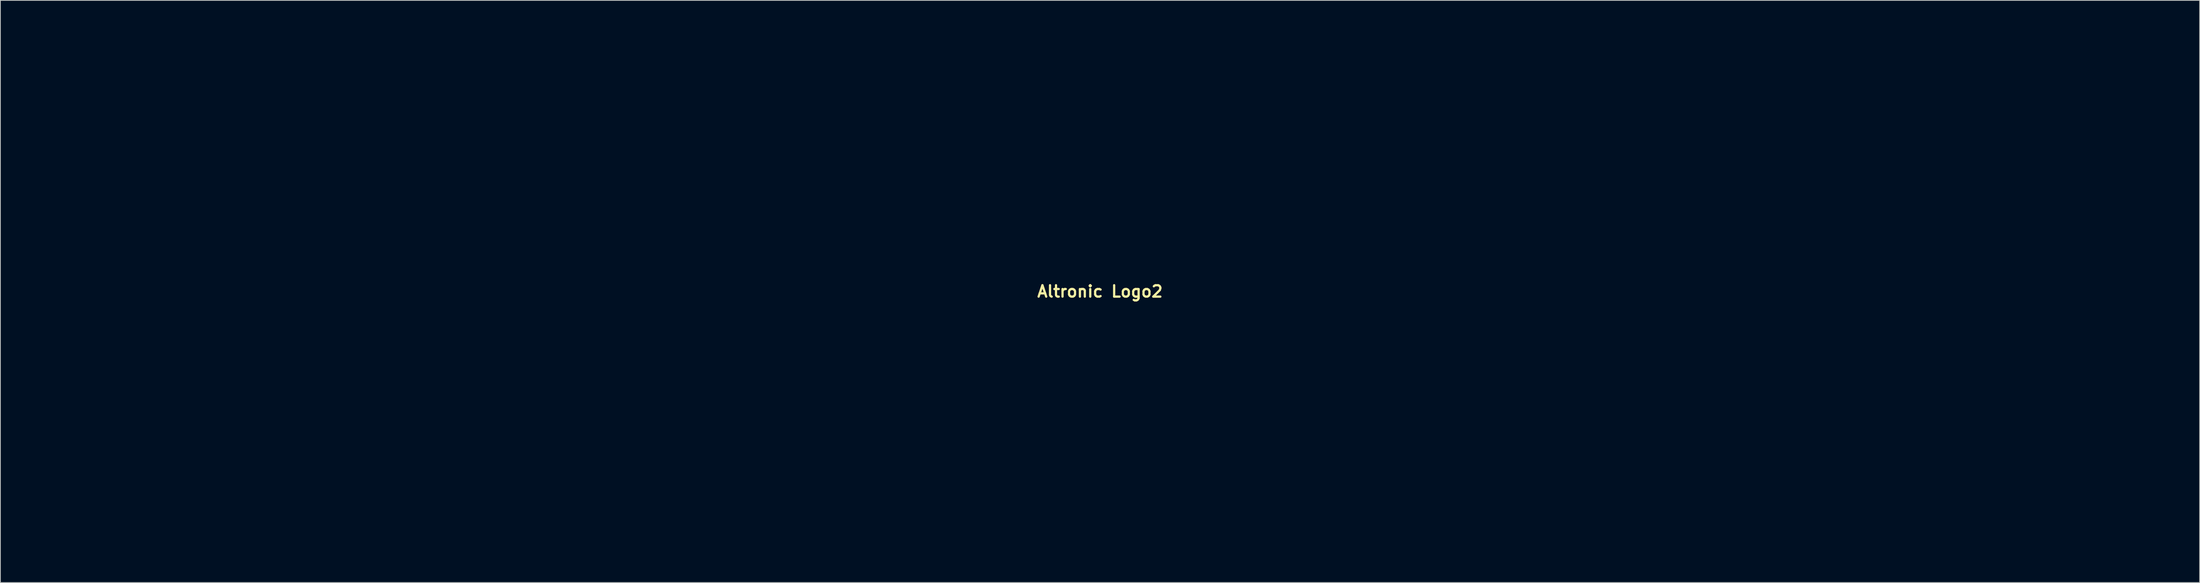
<source format=kicad_pcb>
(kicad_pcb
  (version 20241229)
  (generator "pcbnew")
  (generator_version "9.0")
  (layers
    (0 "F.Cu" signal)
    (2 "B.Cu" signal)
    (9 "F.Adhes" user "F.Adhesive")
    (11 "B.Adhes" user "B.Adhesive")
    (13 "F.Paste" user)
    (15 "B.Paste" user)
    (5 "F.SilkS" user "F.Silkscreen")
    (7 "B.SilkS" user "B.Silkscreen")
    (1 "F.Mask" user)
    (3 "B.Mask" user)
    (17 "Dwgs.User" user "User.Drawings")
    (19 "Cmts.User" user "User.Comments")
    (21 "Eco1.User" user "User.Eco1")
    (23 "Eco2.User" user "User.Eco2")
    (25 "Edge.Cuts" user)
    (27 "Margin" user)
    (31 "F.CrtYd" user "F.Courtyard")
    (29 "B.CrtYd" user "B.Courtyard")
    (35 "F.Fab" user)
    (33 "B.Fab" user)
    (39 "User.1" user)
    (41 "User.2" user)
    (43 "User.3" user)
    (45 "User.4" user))
  (footprint "Altronic Logo2"
    (layer "F.Cu")
    (at 143.854 35.904)
    (property "Reference" "Altronic Logo2" (at 0 0 0) (layer "F.SilkS") (effects (font (size 1.524 1.524) (thickness 0.3))))
    (attr through_hole)
    (fp_poly (pts (xy -113.57 10.441) (xy -113.54 10.465) (xy -113.538 10.478) (xy -113.555 10.574) (xy -113.603 10.818) (xy -113.679 11.194) (xy -113.78 11.685) (xy -113.901 12.273) (xy -114.039 12.942) (xy -114.191 13.675) (xy -114.352 14.454) (xy -114.521 15.262) (xy -114.692 16.084) (xy -114.863 16.9) (xy -115.029 17.695) (xy -115.188 18.452) (xy -115.336 19.152) (xy -115.469 19.781) (xy -115.583 20.319) (xy -115.675 20.751) (xy -115.742 21.06) (xy -115.78 21.227) (xy -115.787 21.251) (xy -115.813 21.306) (xy -115.868 21.371) (xy -115.969 21.459) (xy -116.131 21.584) (xy -116.371 21.756) (xy -116.707 21.989) (xy -117.155 22.294) (xy -117.56 22.569) (xy -118.903 23.44) (xy -120.223 24.217) (xy -121.508 24.897) (xy -122.747 25.475) (xy -123.931 25.947) (xy -125.049 26.309) (xy -126.09 26.557) (xy -127.044 26.686) (xy -127.9 26.694) (xy -128.143 26.671) (xy -128.95 26.522) (xy -129.641 26.276) (xy -130.249 25.92) (xy -130.698 25.548) (xy -131.19 24.967) (xy -131.555 24.283) (xy -131.789 23.504) (xy -131.892 22.639) (xy -131.862 21.698) (xy -131.698 20.688) (xy -131.625 20.384) (xy -131.355 19.483) (xy -131.029 18.686) (xy -130.622 17.955) (xy -130.111 17.247) (xy -129.474 16.525) (xy -129.286 16.331) (xy -128.628 15.709) (xy -127.916 15.131) (xy -127.141 14.592) (xy -126.291 14.088) (xy -125.355 13.614) (xy -124.322 13.166) (xy -123.182 12.739) (xy -121.923 12.33) (xy -120.536 11.932) (xy -119.008 11.543) (xy -117.329 11.157) (xy -116.078 10.89) (xy -115.357 10.742) (xy -114.784 10.626) (xy -114.344 10.54) (xy -114.019 10.481) (xy -113.793 10.447) (xy -113.649 10.435) (xy -113.57 10.441)) (stroke (width 0.01) (type solid)) (fill no) (layer "Eco2.User"))
    (fp_poly (pts (xy 11.853 -7.165) (xy 12.649 -7.095) (xy 13.326 -6.98) (xy 13.93 -6.81) (xy 14.509 -6.573) (xy 14.625 -6.517) (xy 15.404 -6.048) (xy 16.072 -5.462) (xy 16.634 -4.752) (xy 17.092 -3.916) (xy 17.45 -2.947) (xy 17.668 -2.064) (xy 17.734 -1.611) (xy 17.781 -1.026) (xy 17.81 -0.344) (xy 17.82 0.399) (xy 17.812 1.168) (xy 17.786 1.925) (xy 17.741 2.637) (xy 17.678 3.266) (xy 17.662 3.387) (xy 17.403 5.026) (xy 17.078 6.706) (xy 16.693 8.406) (xy 16.256 10.1) (xy 15.774 11.766) (xy 15.254 13.381) (xy 14.702 14.921) (xy 14.128 16.362) (xy 13.536 17.682) (xy 12.935 18.858) (xy 12.905 18.913) (xy 12.056 20.329) (xy 11.171 21.583) (xy 10.248 22.676) (xy 9.281 23.613) (xy 8.266 24.396) (xy 7.201 25.029) (xy 6.081 25.515) (xy 4.902 25.856) (xy 4.417 25.953) (xy 3.933 26.014) (xy 3.35 26.051) (xy 2.718 26.066) (xy 2.088 26.057) (xy 1.51 26.025) (xy 1.036 25.969) (xy 0.931 25.95) (xy 0.104 25.74) (xy -0.6 25.463) (xy -1.22 25.097) (xy -1.794 24.624) (xy -1.947 24.474) (xy -2.433 23.923) (xy -2.83 23.33) (xy -3.155 22.661) (xy -3.423 21.886) (xy -3.62 21.111) (xy -3.68 20.731) (xy -3.725 20.215) (xy -3.756 19.594) (xy -3.772 18.902) (xy -3.774 18.17) (xy -3.762 17.43) (xy -3.735 16.714) (xy -3.694 16.056) (xy -3.639 15.486) (xy -3.612 15.282) (xy -3.316 13.512) (xy -2.95 11.711) (xy -2.522 9.904) (xy -2.038 8.116) (xy -1.507 6.373) (xy -0.937 4.7) (xy -0.334 3.123) (xy 0.293 1.665) (xy 0.889 0.444) (xy 1.728 -1.033) (xy 2.62 -2.353) (xy 3.566 -3.516) (xy 4.562 -4.519) (xy 5.61 -5.364) (xy 6.707 -6.049) (xy 7.852 -6.574) (xy 9.046 -6.937) (xy 10.285 -7.139) (xy 11.571 -7.178) (xy 11.853 -7.165)) (stroke (width 0.01) (type solid)) (fill no) (layer "Eco2.User"))
    (fp_poly (pts (xy -110.492 -35.899) (xy -107.863 -35.898) (xy -105.394 -35.898) (xy -103.081 -35.897) (xy -100.92 -35.896) (xy -98.906 -35.895) (xy -97.035 -35.893) (xy -95.302 -35.891) (xy -93.704 -35.889) (xy -92.235 -35.886) (xy -90.891 -35.883) (xy -89.669 -35.88) (xy -88.563 -35.876) (xy -87.568 -35.872) (xy -86.682 -35.868) (xy -85.899 -35.863) (xy -85.214 -35.858) (xy -84.624 -35.852) (xy -84.124 -35.846) (xy -83.709 -35.839) (xy -83.376 -35.832) (xy -83.12 -35.824) (xy -82.935 -35.815) (xy -82.819 -35.807) (xy -82.767 -35.797) (xy -82.762 -35.793) (xy -82.782 -35.704) (xy -82.835 -35.454) (xy -82.921 -35.049) (xy -83.038 -34.495) (xy -83.185 -33.797) (xy -83.36 -32.96) (xy -83.564 -31.99) (xy -83.794 -30.892) (xy -84.05 -29.672) (xy -84.331 -28.335) (xy -84.634 -26.886) (xy -84.96 -25.331) (xy -85.307 -23.675) (xy -85.673 -21.924) (xy -86.058 -20.083) (xy -86.461 -18.157) (xy -86.881 -16.153) (xy -87.316 -14.074) (xy -87.764 -11.928) (xy -88.226 -9.718) (xy -88.7 -7.451) (xy -89.185 -5.133) (xy -89.68 -2.767) (xy -90.125 -0.635) (xy -90.627 1.768) (xy -91.121 4.13) (xy -91.605 6.444) (xy -92.078 8.707) (xy -92.538 10.912) (xy -92.986 13.053) (xy -93.419 15.126) (xy -93.837 17.125) (xy -94.239 19.045) (xy -94.622 20.879) (xy -94.987 22.624) (xy -95.332 24.272) (xy -95.655 25.82) (xy -95.956 27.261) (xy -96.234 28.589) (xy -96.488 29.8) (xy -96.715 30.889) (xy -96.916 31.849) (xy -97.089 32.675) (xy -97.233 33.362) (xy -97.347 33.904) (xy -97.429 34.296) (xy -97.479 34.533) (xy -97.495 34.608) (xy -97.54 34.799) (xy -91.806 34.777) (xy -86.072 34.756) (xy -84.599 27.718) (xy -72.121 27.718) (xy -72.115 28.389) (xy -72.086 28.971) (xy -72.057 29.248) (xy -71.845 30.341) (xy -71.512 31.322) (xy -71.052 32.203) (xy -70.46 32.996) (xy -70.154 33.324) (xy -69.481 33.925) (xy -68.772 34.409) (xy -67.976 34.806) (xy -67.448 35.012) (xy -66.587 35.281) (xy -65.666 35.491) (xy -64.671 35.642) (xy -63.587 35.735) (xy -62.399 35.772) (xy -61.09 35.753) (xy -59.647 35.68) (xy -58.547 35.597) (xy -58.097 35.556) (xy -57.562 35.504) (xy -56.968 35.444) (xy -56.343 35.378) (xy -55.711 35.309) (xy -55.1 35.24) (xy -54.536 35.175) (xy -54.045 35.116) (xy -53.654 35.066) (xy -53.388 35.028) (xy -53.298 35.012) (xy -53.258 34.99) (xy -53.217 34.936) (xy -53.172 34.836) (xy -53.16 34.798) (xy -46.295 34.798) (xy -34.834 34.798) (xy -31.592 19.283) (xy -31.184 17.33) (xy -30.808 15.537) (xy -30.464 13.897) (xy -30.15 12.405) (xy -29.865 11.053) (xy -29.607 9.835) (xy -29.376 8.746) (xy -29.169 7.778) (xy -28.985 6.927) (xy -28.823 6.184) (xy -28.681 5.545) (xy -28.559 5.003) (xy -28.455 4.551) (xy -28.367 4.183) (xy -28.294 3.894) (xy -28.235 3.676) (xy -28.189 3.524) (xy -28.153 3.43) (xy -28.143 3.41) (xy -27.828 2.937) (xy -27.387 2.381) (xy -26.831 1.755) (xy -26.173 1.074) (xy -25.897 0.802) (xy -24.682 -0.306) (xy -23.439 -1.298) (xy -22.179 -2.168) (xy -20.918 -2.906) (xy -19.669 -3.505) (xy -18.444 -3.957) (xy -17.526 -4.199) (xy -17.172 -4.264) (xy -16.793 -4.309) (xy -16.349 -4.335) (xy -15.802 -4.346) (xy -15.346 -4.345) (xy -14.87 -4.345) (xy -14.459 -4.349) (xy -14.14 -4.356) (xy -13.941 -4.367) (xy -13.885 -4.378) (xy -13.868 -4.465) (xy -13.819 -4.705) (xy -13.741 -5.085) (xy -13.636 -5.593) (xy -13.507 -6.215) (xy -13.356 -6.938) (xy -13.187 -7.749) (xy -13.002 -8.637) (xy -12.804 -9.587) (xy -12.595 -10.587) (xy -12.573 -10.69) (xy -12.363 -11.695) (xy -12.163 -12.653) (xy -11.976 -13.55) (xy -11.805 -14.374) (xy -11.653 -15.11) (xy -11.521 -15.748) (xy -11.414 -16.272) (xy -11.333 -16.671) (xy -11.281 -16.931) (xy -11.261 -17.04) (xy -11.261 -17.042) (xy -11.341 -17.076) (xy -11.567 -17.086) (xy -11.917 -17.071) (xy -12.002 -17.065) (xy -13.651 -16.871) (xy -15.218 -16.551) (xy -16.712 -16.1) (xy -18.139 -15.513) (xy -19.506 -14.785) (xy -20.821 -13.913) (xy -22.092 -12.892) (xy -23.325 -11.717) (xy -24.528 -10.384) (xy -25.708 -8.888) (xy -26.082 -8.374) (xy -26.404 -7.929) (xy -26.643 -7.618) (xy -26.804 -7.431) (xy -26.895 -7.36) (xy -26.924 -7.397) (xy -26.924 -7.398) (xy -26.907 -7.487) (xy -26.859 -7.727) (xy -26.782 -8.1) (xy -26.681 -8.592) (xy -26.557 -9.188) (xy -26.415 -9.87) (xy -26.258 -10.623) (xy -26.089 -11.433) (xy -26.035 -11.692) (xy -25.863 -12.516) (xy -25.702 -13.291) (xy -25.555 -14) (xy -25.425 -14.627) (xy -25.316 -15.156) (xy -25.232 -15.573) (xy -25.174 -15.86) (xy -25.148 -16.001) (xy -25.146 -16.013) (xy -25.228 -16.026) (xy -25.466 -16.039) (xy -25.844 -16.05) (xy -26.348 -16.06) (xy -26.965 -16.069) (xy -27.68 -16.076) (xy -28.478 -16.082) (xy -29.346 -16.085) (xy -30.268 -16.087) (xy -30.394 -16.087) (xy -35.641 -16.087) (xy -35.687 -15.896) (xy -35.708 -15.799) (xy -35.762 -15.542) (xy -35.848 -15.132) (xy -35.964 -14.577) (xy -36.11 -13.881) (xy -36.284 -13.053) (xy -36.484 -12.098) (xy -36.709 -11.022) (xy -36.958 -9.833) (xy -37.229 -8.538) (xy -37.521 -7.141) (xy -37.833 -5.65) (xy -38.163 -4.072) (xy -38.51 -2.413) (xy -38.872 -0.68) (xy -39.249 1.122) (xy -39.638 2.985) (xy -40.039 4.903) (xy -40.45 6.869) (xy -40.855 8.805) (xy -41.276 10.819) (xy -41.689 12.794) (xy -42.092 14.723) (xy -42.484 16.601) (xy -42.864 18.419) (xy -43.231 20.172) (xy -43.582 21.852) (xy -43.917 23.454) (xy -44.234 24.97) (xy -44.532 26.393) (xy -44.809 27.717) (xy -45.063 28.935) (xy -45.295 30.04) (xy -45.501 31.027) (xy -45.681 31.887) (xy -45.833 32.614) (xy -45.957 33.202) (xy -46.049 33.644) (xy -46.11 33.933) (xy -46.136 34.057) (xy -46.295 34.798) (xy -53.16 34.798) (xy -53.12 34.678) (xy -53.057 34.448) (xy -52.981 34.134) (xy -52.889 33.722) (xy -52.777 33.201) (xy -52.642 32.557) (xy -52.482 31.777) (xy -52.293 30.848) (xy -52.215 30.462) (xy -52.043 29.61) (xy -51.882 28.806) (xy -51.734 28.066) (xy -51.603 27.406) (xy -51.492 26.842) (xy -51.404 26.387) (xy -51.342 26.06) (xy -51.31 25.874) (xy -51.305 25.838) (xy -51.372 25.761) (xy -51.541 25.77) (xy -51.75 25.796) (xy -52.1 25.823) (xy -52.563 25.851) (xy -53.113 25.878) (xy -53.719 25.903) (xy -54.356 25.926) (xy -54.994 25.946) (xy -55.606 25.961) (xy -56.164 25.971) (xy -56.64 25.975) (xy -57.006 25.971) (xy -57.152 25.965) (xy -57.948 25.885) (xy -58.599 25.741) (xy -59.117 25.528) (xy -59.515 25.239) (xy -59.806 24.869) (xy -59.871 24.746) (xy -59.919 24.649) (xy -59.963 24.558) (xy -60 24.463) (xy -60.03 24.36) (xy -60.052 24.239) (xy -60.064 24.094) (xy -60.064 23.918) (xy -60.053 23.703) (xy -60.027 23.442) (xy -59.987 23.127) (xy -59.931 22.751) (xy -59.857 22.308) (xy -59.764 21.789) (xy -59.651 21.187) (xy -59.517 20.495) (xy -59.36 19.706) (xy -59.18 18.813) (xy -58.974 17.807) (xy -58.742 16.682) (xy -58.482 15.431) (xy -58.193 14.045) (xy -57.873 12.519) (xy -57.522 10.844) (xy -57.139 9.013) (xy -56.991 8.311) (xy -56.668 6.768) (xy -56.354 5.271) (xy -56.052 3.826) (xy -55.762 2.444) (xy -55.487 1.131) (xy -55.229 -0.103) (xy -54.989 -1.251) (xy -54.769 -2.303) (xy -54.571 -3.252) (xy -54.396 -4.088) (xy -54.246 -4.805) (xy -54.124 -5.393) (xy -54.03 -5.843) (xy -53.967 -6.149) (xy -53.936 -6.3) (xy -53.933 -6.316) (xy -53.851 -6.322) (xy -53.614 -6.328) (xy -53.239 -6.334) (xy -52.74 -6.338) (xy -52.132 -6.343) (xy -51.431 -6.346) (xy -50.652 -6.349) (xy -49.809 -6.35) (xy -49.212 -6.35) (xy -44.492 -6.351) (xy -43.493 -11.155) (xy -43.311 -12.033) (xy -43.14 -12.861) (xy -42.982 -13.624) (xy -42.842 -14.309) (xy -42.721 -14.899) (xy -42.624 -15.38) (xy -42.552 -15.738) (xy -42.51 -15.957) (xy -42.499 -16.023) (xy -42.581 -16.035) (xy -42.818 -16.046) (xy -43.194 -16.056) (xy -43.693 -16.065) (xy -44.3 -16.073) (xy -45 -16.079) (xy -45.778 -16.084) (xy -46.618 -16.086) (xy -47.159 -16.087) (xy -48.165 -16.087) (xy -49.015 -16.088) (xy -49.722 -16.09) (xy -50.299 -16.093) (xy -50.759 -16.099) (xy -51.115 -16.107) (xy -51.381 -16.118) (xy -51.57 -16.132) (xy -51.695 -16.15) (xy -51.769 -16.172) (xy -51.804 -16.199) (xy -51.816 -16.231) (xy -51.816 -16.243) (xy -51.799 -16.343) (xy -51.75 -16.594) (xy -51.672 -16.983) (xy -51.568 -17.497) (xy -51.441 -18.122) (xy -51.293 -18.843) (xy -51.128 -19.649) (xy -50.947 -20.523) (xy -50.755 -21.454) (xy -50.554 -22.427) (xy -50.346 -23.428) (xy -50.135 -24.444) (xy -49.924 -25.461) (xy -49.715 -26.465) (xy -49.511 -27.443) (xy -49.315 -28.381) (xy -49.13 -29.264) (xy -48.958 -30.08) (xy -48.804 -30.815) (xy -48.668 -31.454) (xy -48.555 -31.985) (xy -48.468 -32.393) (xy -48.408 -32.665) (xy -48.379 -32.786) (xy -48.379 -32.787) (xy -48.377 -32.816) (xy -48.398 -32.841) (xy -48.455 -32.863) (xy -48.559 -32.88) (xy -48.721 -32.895) (xy -48.953 -32.907) (xy -49.267 -32.916) (xy -49.675 -32.923) (xy -50.188 -32.928) (xy -50.818 -32.932) (xy -51.577 -32.934) (xy -52.476 -32.935) (xy -53.527 -32.935) (xy -54.075 -32.935) (xy -59.817 -32.935) (xy -61.494 -24.913) (xy -61.734 -23.765) (xy -61.965 -22.658) (xy -62.186 -21.604) (xy -62.393 -20.615) (xy -62.583 -19.702) (xy -62.756 -18.879) (xy -62.907 -18.157) (xy -63.035 -17.548) (xy -63.136 -17.065) (xy -63.209 -16.718) (xy -63.25 -16.521) (xy -63.257 -16.489) (xy -63.344 -16.087) (xy -69.99 -16.087) (xy -70.693 -12.721) (xy -70.861 -11.916) (xy -71.032 -11.101) (xy -71.198 -10.304) (xy -71.355 -9.554) (xy -71.495 -8.882) (xy -71.613 -8.316) (xy -71.704 -7.885) (xy -71.706 -7.874) (xy -72.016 -6.392) (xy -68.71 -6.35) (xy -67.866 -6.339) (xy -67.176 -6.327) (xy -66.626 -6.316) (xy -66.201 -6.302) (xy -65.885 -6.287) (xy -65.664 -6.27) (xy -65.523 -6.248) (xy -65.448 -6.222) (xy -65.422 -6.191) (xy -65.422 -6.181) (xy -65.441 -6.086) (xy -65.493 -5.834) (xy -65.576 -5.432) (xy -65.689 -4.89) (xy -65.829 -4.215) (xy -65.995 -3.415) (xy -66.186 -2.5) (xy -66.399 -1.477) (xy -66.633 -0.354) (xy -66.886 0.859) (xy -67.156 2.156) (xy -67.442 3.527) (xy -67.743 4.965) (xy -68.055 6.46) (xy -68.378 8.006) (xy -68.615 9.144) (xy -68.947 10.731) (xy -69.27 12.28) (xy -69.584 13.783) (xy -69.885 15.231) (xy -70.174 16.614) (xy -70.446 17.926) (xy -70.702 19.156) (xy -70.939 20.296) (xy -71.155 21.337) (xy -71.348 22.27) (xy -71.517 23.087) (xy -71.659 23.779) (xy -71.774 24.338) (xy -71.859 24.753) (xy -71.911 25.017) (xy -71.928 25.104) (xy -72.005 25.649) (xy -72.064 26.299) (xy -72.103 27.005) (xy -72.121 27.718) (xy -84.599 27.718) (xy -78.684 -0.55) (xy -78.18 -2.96) (xy -77.684 -5.328) (xy -77.199 -7.649) (xy -76.724 -9.916) (xy -76.262 -12.125) (xy -75.813 -14.271) (xy -75.379 -16.348) (xy -74.96 -18.35) (xy -74.558 -20.272) (xy -74.173 -22.109) (xy -73.808 -23.856) (xy -73.462 -25.507) (xy -73.138 -27.057) (xy -72.836 -28.499) (xy -72.558 -29.83) (xy -72.304 -31.044) (xy -72.076 -32.134) (xy -71.875 -33.097) (xy -71.701 -33.925) (xy -71.557 -34.615) (xy -71.443 -35.161) (xy -71.36 -35.557) (xy -71.31 -35.797) (xy -71.293 -35.877) (xy -71.209 -35.878) (xy -70.959 -35.879) (xy -70.547 -35.88) (xy -69.976 -35.881) (xy -69.251 -35.882) (xy -68.375 -35.883) (xy -67.351 -35.884) (xy -66.183 -35.885) (xy -64.875 -35.886) (xy -63.431 -35.887) (xy -61.853 -35.887) (xy -60.146 -35.888) (xy -58.314 -35.889) (xy -56.359 -35.89) (xy -54.286 -35.89) (xy -52.098 -35.891) (xy -49.799 -35.892) (xy -47.392 -35.892) (xy -44.882 -35.893) (xy -42.271 -35.894) (xy -39.564 -35.894) (xy -36.763 -35.895) (xy -33.874 -35.895) (xy -30.898 -35.896) (xy -27.841 -35.896) (xy -24.705 -35.897) (xy -21.494 -35.897) (xy -18.213 -35.897) (xy -14.863 -35.898) (xy -11.45 -35.898) (xy -7.977 -35.898) (xy -4.446 -35.898) (xy -0.863 -35.898) (xy 2.769 -35.899) (xy 6.447 -35.899) (xy 10.167 -35.899) (xy 11.007 -35.899) (xy 16.198 -35.899) (xy 21.22 -35.898) (xy 26.072 -35.898) (xy 30.755 -35.897) (xy 35.269 -35.896) (xy 39.614 -35.896) (xy 43.79 -35.894) (xy 47.796 -35.893) (xy 51.634 -35.892) (xy 55.302 -35.89) (xy 58.801 -35.888) (xy 62.131 -35.886) (xy 65.291 -35.884) (xy 68.283 -35.882) (xy 71.106 -35.879) (xy 73.76 -35.876) (xy 76.244 -35.874) (xy 78.56 -35.87) (xy 80.707 -35.867) (xy 82.685 -35.864) (xy 84.494 -35.86) (xy 86.134 -35.857) (xy 87.605 -35.853) (xy 88.907 -35.849) (xy 90.041 -35.844) (xy 91.006 -35.84) (xy 91.802 -35.835) (xy 92.429 -35.83) (xy 92.888 -35.825) (xy 93.178 -35.82) (xy 93.299 -35.815) (xy 93.303 -35.814) (xy 93.286 -35.718) (xy 93.237 -35.471) (xy 93.159 -35.086) (xy 93.055 -34.577) (xy 92.928 -33.958) (xy 92.78 -33.243) (xy 92.615 -32.446) (xy 92.435 -31.581) (xy 92.244 -30.662) (xy 92.16 -30.261) (xy 91.964 -29.321) (xy 91.778 -28.43) (xy 91.607 -27.599) (xy 91.451 -26.844) (xy 91.315 -26.179) (xy 91.201 -25.618) (xy 91.112 -25.174) (xy 91.05 -24.862) (xy 91.02 -24.696) (xy 91.017 -24.673) (xy 91.037 -24.649) (xy 91.104 -24.628) (xy 91.23 -24.611) (xy 91.425 -24.596) (xy 91.701 -24.584) (xy 92.07 -24.575) (xy 92.541 -24.567) (xy 93.127 -24.561) (xy 93.839 -24.557) (xy 94.687 -24.555) (xy 95.684 -24.554) (xy 96.723 -24.553) (xy 102.43 -24.553) (xy 102.565 -25.167) (xy 102.607 -25.363) (xy 102.68 -25.707) (xy 102.78 -26.183) (xy 102.904 -26.773) (xy 103.049 -27.462) (xy 103.21 -28.231) (xy 103.384 -29.064) (xy 103.567 -29.943) (xy 103.715 -30.649) (xy 103.9 -31.538) (xy 104.076 -32.38) (xy 104.239 -33.161) (xy 104.386 -33.866) (xy 104.515 -34.479) (xy 104.621 -34.986) (xy 104.703 -35.37) (xy 104.755 -35.617) (xy 104.775 -35.708) (xy 104.821 -35.899) (xy 143.849 -35.899) (xy 143.843 -19.791) (xy 143.838 -3.683) (xy 143.643 -4.62) (xy 143.22 -6.295) (xy 142.67 -7.861) (xy 141.996 -9.315) (xy 141.197 -10.656) (xy 140.277 -11.881) (xy 139.235 -12.99) (xy 138.074 -13.98) (xy 136.795 -14.85) (xy 135.398 -15.598) (xy 134.547 -15.971) (xy 133.321 -16.391) (xy 131.982 -16.71) (xy 130.552 -16.927) (xy 129.052 -17.044) (xy 127.506 -17.059) (xy 125.936 -16.974) (xy 124.363 -16.788) (xy 122.811 -16.502) (xy 121.3 -16.115) (xy 120.617 -15.9) (xy 118.733 -15.187) (xy 116.949 -14.34) (xy 115.258 -13.354) (xy 113.653 -12.224) (xy 112.127 -10.947) (xy 110.945 -9.801) (xy 109.58 -8.307) (xy 108.329 -6.756) (xy 107.184 -5.133) (xy 106.135 -3.422) (xy 105.173 -1.608) (xy 104.288 0.327) (xy 103.473 2.396) (xy 102.993 3.768) (xy 102.284 6.058) (xy 101.689 8.347) (xy 101.21 10.615) (xy 100.851 12.842) (xy 100.616 15.009) (xy 100.508 17.096) (xy 100.5 17.78) (xy 100.565 19.762) (xy 100.754 21.642) (xy 101.068 23.415) (xy 101.503 25.082) (xy 102.059 26.638) (xy 102.734 28.081) (xy 103.525 29.411) (xy 104.433 30.623) (xy 105.454 31.716) (xy 106.587 32.687) (xy 107.831 33.535) (xy 109.184 34.256) (xy 110.644 34.849) (xy 112.209 35.312) (xy 113.215 35.528) (xy 113.603 35.582) (xy 114.126 35.628) (xy 114.751 35.665) (xy 115.446 35.693) (xy 116.178 35.711) (xy 116.912 35.718) (xy 117.615 35.713) (xy 118.255 35.697) (xy 118.798 35.667) (xy 119.008 35.649) (xy 121.012 35.363) (xy 122.958 34.918) (xy 124.846 34.315) (xy 126.674 33.552) (xy 128.443 32.631) (xy 130.153 31.552) (xy 131.502 30.555) (xy 131.946 30.184) (xy 132.47 29.713) (xy 133.045 29.171) (xy 133.642 28.586) (xy 134.233 27.988) (xy 134.787 27.406) (xy 135.277 26.868) (xy 135.673 26.405) (xy 135.732 26.331) (xy 136.103 25.853) (xy 136.472 25.357) (xy 136.824 24.863) (xy 137.147 24.392) (xy 137.429 23.962) (xy 137.656 23.594) (xy 137.816 23.306) (xy 137.894 23.119) (xy 137.894 23.057) (xy 137.804 23.037) (xy 137.56 22.994) (xy 137.176 22.931) (xy 136.667 22.85) (xy 136.045 22.754) (xy 135.326 22.643) (xy 134.522 22.521) (xy 133.647 22.39) (xy 132.716 22.251) (xy 132.237 22.18) (xy 126.631 21.352) (xy 126.46 21.577) (xy 126.201 21.885) (xy 125.846 22.264) (xy 125.432 22.679) (xy 124.994 23.094) (xy 124.57 23.475) (xy 124.195 23.785) (xy 124.121 23.841) (xy 123.571 24.218) (xy 122.926 24.599) (xy 122.235 24.96) (xy 121.55 25.275) (xy 120.919 25.519) (xy 120.641 25.606) (xy 119.523 25.856) (xy 118.407 25.982) (xy 117.32 25.984) (xy 116.29 25.862) (xy 115.343 25.617) (xy 115.191 25.563) (xy 114.666 25.317) (xy 114.111 24.973) (xy 113.584 24.573) (xy 113.141 24.157) (xy 113.004 23.999) (xy 112.598 23.416) (xy 112.224 22.725) (xy 111.912 21.989) (xy 111.743 21.463) (xy 111.688 21.251) (xy 111.645 21.047) (xy 111.612 20.826) (xy 111.589 20.564) (xy 111.573 20.237) (xy 111.563 19.822) (xy 111.557 19.293) (xy 111.554 18.627) (xy 111.554 18.373) (xy 111.563 17.303) (xy 111.596 16.328) (xy 111.659 15.411) (xy 111.756 14.517) (xy 111.892 13.609) (xy 112.07 12.653) (xy 112.297 11.613) (xy 112.576 10.452) (xy 112.607 10.329) (xy 113.181 8.192) (xy 113.801 6.173) (xy 114.463 4.279) (xy 115.165 2.518) (xy 115.904 0.897) (xy 116.676 -0.578) (xy 117.479 -1.898) (xy 118.14 -2.836) (xy 118.95 -3.792) (xy 119.871 -4.669) (xy 120.877 -5.452) (xy 121.941 -6.122) (xy 123.039 -6.66) (xy 124.145 -7.05) (xy 124.248 -7.079) (xy 124.613 -7.17) (xy 124.936 -7.235) (xy 125.265 -7.276) (xy 125.646 -7.3) (xy 126.126 -7.312) (xy 126.407 -7.314) (xy 127.485 -7.28) (xy 128.436 -7.155) (xy 129.281 -6.936) (xy 130.038 -6.615) (xy 130.729 -6.187) (xy 130.996 -5.981) (xy 131.501 -5.48) (xy 131.97 -4.847) (xy 132.382 -4.119) (xy 132.718 -3.332) (xy 132.957 -2.522) (xy 132.993 -2.35) (xy 133.063 -2.043) (xy 133.131 -1.812) (xy 133.186 -1.699) (xy 133.197 -1.693) (xy 133.292 -1.707) (xy 133.538 -1.745) (xy 133.915 -1.806) (xy 134.407 -1.886) (xy 134.996 -1.983) (xy 135.665 -2.093) (xy 136.396 -2.214) (xy 137.172 -2.342) (xy 137.975 -2.475) (xy 138.787 -2.61) (xy 139.592 -2.744) (xy 140.372 -2.874) (xy 141.109 -2.997) (xy 141.787 -3.111) (xy 142.386 -3.212) (xy 142.891 -3.297) (xy 143.283 -3.364) (xy 143.545 -3.41) (xy 143.658 -3.431) (xy 143.849 -3.475) (xy 143.849 35.899) (xy 73.343 35.883) (xy 69.895 35.883) (xy 66.49 35.882) (xy 63.132 35.881) (xy 59.823 35.88) (xy 56.569 35.879) (xy 53.373 35.878) (xy 50.239 35.877) (xy 47.171 35.876) (xy 44.173 35.874) (xy 41.248 35.873) (xy 38.401 35.872) (xy 35.635 35.871) (xy 32.955 35.869) (xy 30.364 35.868) (xy 27.866 35.867) (xy 25.465 35.865) (xy 23.165 35.864) (xy 20.97 35.862) (xy 18.884 35.861) (xy 16.91 35.859) (xy 15.053 35.858) (xy 13.316 35.856) (xy 11.704 35.855) (xy 10.219 35.853) (xy 8.867 35.852) (xy 7.651 35.85) (xy 6.575 35.849) (xy 5.642 35.847) (xy 4.858 35.846) (xy 4.225 35.844) (xy 3.747 35.843) (xy 3.429 35.841) (xy 3.274 35.84) (xy 3.26 35.839) (xy 3.816 35.787) (xy 4.479 35.704) (xy 5.188 35.599) (xy 5.885 35.48) (xy 6.511 35.356) (xy 6.591 35.338) (xy 8.471 34.834) (xy 8.626 34.777) (xy 29.552 34.777) (xy 29.634 34.781) (xy 29.871 34.783) (xy 30.25 34.785) (xy 30.758 34.786) (xy 31.379 34.786) (xy 32.101 34.786) (xy 32.91 34.784) (xy 33.792 34.782) (xy 34.733 34.779) (xy 35.283 34.777) (xy 41.018 34.756) (xy 44.85 16.432) (xy 45.317 14.201) (xy 45.751 12.131) (xy 46.153 10.22) (xy 46.522 8.463) (xy 46.861 6.857) (xy 47.17 5.398) (xy 47.45 4.082) (xy 47.702 2.905) (xy 47.926 1.864) (xy 48.123 0.954) (xy 48.295 0.172) (xy 48.441 -0.486) (xy 48.563 -1.024) (xy 48.662 -1.446) (xy 48.738 -1.754) (xy 48.793 -1.954) (xy 48.826 -2.049) (xy 48.831 -2.057) (xy 49.059 -2.282) (xy 49.4 -2.58) (xy 49.823 -2.928) (xy 50.301 -3.303) (xy 50.805 -3.682) (xy 51.307 -4.045) (xy 51.731 -4.336) (xy 53.146 -5.198) (xy 54.598 -5.927) (xy 56.065 -6.514) (xy 57.524 -6.947) (xy 57.924 -7.039) (xy 58.307 -7.114) (xy 58.676 -7.167) (xy 59.074 -7.202) (xy 59.543 -7.223) (xy 60.126 -7.232) (xy 60.325 -7.233) (xy 60.983 -7.23) (xy 61.505 -7.213) (xy 61.925 -7.176) (xy 62.275 -7.114) (xy 62.589 -7.023) (xy 62.9 -6.895) (xy 63.095 -6.802) (xy 63.694 -6.413) (xy 64.186 -5.893) (xy 64.57 -5.242) (xy 64.846 -4.461) (xy 65.015 -3.55) (xy 65.076 -2.51) (xy 65.029 -1.339) (xy 64.874 -0.04) (xy 64.806 0.381) (xy 64.776 0.539) (xy 64.712 0.854) (xy 64.618 1.319) (xy 64.494 1.924) (xy 64.342 2.662) (xy 64.164 3.525) (xy 63.961 4.503) (xy 63.736 5.59) (xy 63.49 6.776) (xy 63.225 8.053) (xy 62.942 9.413) (xy 62.643 10.848) (xy 62.33 12.349) (xy 62.005 13.908) (xy 61.669 15.518) (xy 61.324 17.168) (xy 61.166 17.921) (xy 60.82 19.577) (xy 60.483 21.188) (xy 60.158 22.748) (xy 59.844 24.247) (xy 59.545 25.679) (xy 59.262 27.035) (xy 58.997 28.308) (xy 58.75 29.49) (xy 58.524 30.573) (xy 58.321 31.549) (xy 58.142 32.41) (xy 57.988 33.149) (xy 57.862 33.758) (xy 57.764 34.228) (xy 57.697 34.553) (xy 57.663 34.723) (xy 57.658 34.749) (xy 57.74 34.757) (xy 57.978 34.765) (xy 58.358 34.772) (xy 58.865 34.779) (xy 59.487 34.785) (xy 60.209 34.79) (xy 61.018 34.794) (xy 61.899 34.796) (xy 62.839 34.798) (xy 63.367 34.798) (xy 78.419 34.798) (xy 89.88 34.798) (xy 95.162 9.546) (xy 95.588 7.509) (xy 96.005 5.514) (xy 96.412 3.567) (xy 96.808 1.676) (xy 97.191 -0.155) (xy 97.559 -1.917) (xy 97.912 -3.606) (xy 98.249 -5.214) (xy 98.567 -6.735) (xy 98.865 -8.162) (xy 99.143 -9.49) (xy 99.398 -10.711) (xy 99.63 -11.82) (xy 99.837 -12.809) (xy 100.017 -13.674) (xy 100.17 -14.406) (xy 100.294 -14.999) (xy 100.388 -15.448) (xy 100.45 -15.746) (xy 100.479 -15.886) (xy 100.481 -15.896) (xy 100.519 -16.087) (xy 89.073 -16.087) (xy 89.027 -15.896) (xy 89.006 -15.799) (xy 88.952 -15.542) (xy 88.866 -15.132) (xy 88.75 -14.577) (xy 88.604 -13.881) (xy 88.43 -13.053) (xy 88.23 -12.098) (xy 88.005 -11.022) (xy 87.757 -9.833) (xy 87.485 -8.538) (xy 87.193 -7.141) (xy 86.881 -5.65) (xy 86.551 -4.072) (xy 86.204 -2.413) (xy 85.842 -0.68) (xy 85.465 1.122) (xy 85.076 2.985) (xy 84.675 4.903) (xy 84.264 6.869) (xy 83.859 8.805) (xy 83.438 10.819) (xy 83.026 12.794) (xy 82.622 14.723) (xy 82.23 16.601) (xy 81.85 18.419) (xy 81.483 20.172) (xy 81.132 21.852) (xy 80.797 23.454) (xy 80.48 24.97) (xy 80.182 26.393) (xy 79.905 27.717) (xy 79.651 28.935) (xy 79.419 30.04) (xy 79.213 31.027) (xy 79.033 31.887) (xy 78.881 32.614) (xy 78.757 33.202) (xy 78.665 33.644) (xy 78.604 33.933) (xy 78.578 34.057) (xy 78.419 34.798) (xy 63.367 34.798) (xy 64.492 34.798) (xy 65.459 34.797) (xy 66.28 34.795) (xy 66.968 34.792) (xy 67.534 34.788) (xy 67.991 34.782) (xy 68.349 34.773) (xy 68.622 34.762) (xy 68.821 34.748) (xy 68.958 34.732) (xy 69.045 34.712) (xy 69.093 34.688) (xy 69.116 34.66) (xy 69.119 34.65) (xy 69.143 34.546) (xy 69.199 34.285) (xy 69.286 33.878) (xy 69.401 33.332) (xy 69.543 32.658) (xy 69.71 31.865) (xy 69.899 30.962) (xy 70.11 29.958) (xy 70.339 28.863) (xy 70.586 27.687) (xy 70.847 26.437) (xy 71.122 25.125) (xy 71.407 23.758) (xy 71.702 22.346) (xy 72.005 20.9) (xy 72.312 19.427) (xy 72.623 17.937) (xy 72.936 16.441) (xy 73.247 14.946) (xy 73.557 13.462) (xy 73.862 11.999) (xy 74.161 10.565) (xy 74.451 9.171) (xy 74.731 7.826) (xy 74.999 6.538) (xy 75.253 5.317) (xy 75.491 4.173) (xy 75.711 3.115) (xy 75.911 2.151) (xy 76.089 1.292) (xy 76.243 0.547) (xy 76.372 -0.075) (xy 76.472 -0.565) (xy 76.543 -0.913) (xy 76.583 -1.11) (xy 76.589 -1.143) (xy 76.781 -2.389) (xy 76.92 -3.64) (xy 77.001 -4.856) (xy 77.024 -6.001) (xy 76.985 -7.036) (xy 76.968 -7.239) (xy 76.771 -8.722) (xy 76.455 -10.084) (xy 76.021 -11.325) (xy 75.47 -12.444) (xy 74.799 -13.442) (xy 74.01 -14.32) (xy 73.101 -15.078) (xy 72.073 -15.716) (xy 70.925 -16.234) (xy 69.657 -16.633) (xy 68.269 -16.913) (xy 67.363 -17.025) (xy 65.804 -17.094) (xy 64.197 -17.001) (xy 62.547 -16.748) (xy 60.856 -16.335) (xy 59.127 -15.762) (xy 58.039 -15.328) (xy 57.371 -15.028) (xy 56.59 -14.651) (xy 55.728 -14.213) (xy 54.812 -13.73) (xy 53.874 -13.219) (xy 52.941 -12.695) (xy 52.044 -12.175) (xy 51.211 -11.675) (xy 50.474 -11.211) (xy 50.111 -10.972) (xy 49.877 -10.822) (xy 49.705 -10.725) (xy 49.636 -10.703) (xy 49.646 -10.79) (xy 49.686 -11.023) (xy 49.754 -11.381) (xy 49.846 -11.846) (xy 49.958 -12.396) (xy 50.085 -13.012) (xy 50.161 -13.376) (xy 50.296 -14.021) (xy 50.419 -14.611) (xy 50.526 -15.126) (xy 50.613 -15.547) (xy 50.676 -15.853) (xy 50.71 -16.024) (xy 50.715 -16.053) (xy 50.633 -16.059) (xy 50.396 -16.064) (xy 50.018 -16.068) (xy 49.514 -16.07) (xy 48.898 -16.072) (xy 48.185 -16.072) (xy 47.389 -16.072) (xy 46.523 -16.07) (xy 45.604 -16.067) (xy 45.451 -16.066) (xy 40.187 -16.044) (xy 34.871 9.356) (xy 34.444 11.397) (xy 34.026 13.395) (xy 33.618 15.344) (xy 33.222 17.236) (xy 32.839 19.067) (xy 32.47 20.83) (xy 32.117 22.518) (xy 31.781 24.124) (xy 31.463 25.643) (xy 31.165 27.069) (xy 30.887 28.394) (xy 30.632 29.613) (xy 30.401 30.718) (xy 30.195 31.705) (xy 30.014 32.566) (xy 29.862 33.296) (xy 29.738 33.887) (xy 29.645 34.333) (xy 29.583 34.629) (xy 29.554 34.767) (xy 29.552 34.777) (xy 8.626 34.777) (xy 10.294 34.171) (xy 12.058 33.352) (xy 13.761 32.378) (xy 15.399 31.251) (xy 16.969 29.973) (xy 18.469 28.547) (xy 19.896 26.974) (xy 21.246 25.257) (xy 21.489 24.921) (xy 22.203 23.86) (xy 22.927 22.669) (xy 23.642 21.387) (xy 24.327 20.05) (xy 24.962 18.695) (xy 25.528 17.361) (xy 25.597 17.187) (xy 26.272 15.347) (xy 26.878 13.441) (xy 27.411 11.494) (xy 27.866 9.529) (xy 28.239 7.568) (xy 28.527 5.635) (xy 28.725 3.754) (xy 28.829 1.946) (xy 28.834 0.236) (xy 28.794 -0.648) (xy 28.674 -2.116) (xy 28.506 -3.45) (xy 28.283 -4.679) (xy 27.998 -5.831) (xy 27.644 -6.937) (xy 27.214 -8.025) (xy 26.754 -9.017) (xy 25.99 -10.386) (xy 25.116 -11.628) (xy 24.13 -12.742) (xy 23.035 -13.728) (xy 21.83 -14.585) (xy 20.515 -15.312) (xy 19.093 -15.911) (xy 17.562 -16.379) (xy 15.924 -16.717) (xy 15.899 -16.721) (xy 14.705 -16.867) (xy 13.41 -16.945) (xy 12.065 -16.956) (xy 10.724 -16.899) (xy 9.439 -16.774) (xy 9.045 -16.719) (xy 7.116 -16.346) (xy 5.241 -15.813) (xy 3.425 -15.123) (xy 1.671 -14.279) (xy -0.02 -13.282) (xy -1.642 -12.136) (xy -3.193 -10.842) (xy -4.67 -9.403) (xy -6.069 -7.82) (xy -7.387 -6.097) (xy -8.48 -4.462) (xy -8.852 -3.84) (xy -9.267 -3.098) (xy -9.705 -2.273) (xy -10.148 -1.403) (xy -10.577 -0.525) (xy -10.973 0.322) (xy -11.318 1.103) (xy -11.543 1.651) (xy -12.311 3.764) (xy -12.987 5.938) (xy -13.566 8.146) (xy -14.041 10.363) (xy -14.407 12.561) (xy -14.66 14.715) (xy -14.795 16.799) (xy -14.816 17.987) (xy -14.752 19.958) (xy -14.565 21.827) (xy -14.256 23.591) (xy -13.826 25.249) (xy -13.277 26.797) (xy -12.611 28.233) (xy -11.828 29.555) (xy -10.931 30.76) (xy -9.922 31.845) (xy -8.8 32.807) (xy -7.569 33.645) (xy -6.23 34.355) (xy -4.85 34.912) (xy -3.916 35.204) (xy -2.927 35.443) (xy -1.85 35.638) (xy -0.652 35.794) (xy -0.169 35.843) (xy -0.239 35.845) (xy -0.474 35.846) (xy -0.871 35.847) (xy -1.425 35.849) (xy -2.133 35.85) (xy -2.992 35.852) (xy -3.996 35.853) (xy -5.143 35.855) (xy -6.428 35.856) (xy -7.847 35.857) (xy -9.398 35.859) (xy -11.075 35.86) (xy -12.875 35.862) (xy -14.794 35.863) (xy -16.828 35.865) (xy -18.974 35.866) (xy -21.227 35.867) (xy -23.584 35.869) (xy -26.04 35.87) (xy -28.593 35.871) (xy -31.237 35.872) (xy -33.97 35.874) (xy -36.786 35.875) (xy -39.684 35.876) (xy -42.657 35.877) (xy -45.704 35.878) (xy -48.819 35.879) (xy -51.999 35.88) (xy -55.241 35.881) (xy -58.539 35.882) (xy -61.891 35.883) (xy -65.292 35.884) (xy -68.739 35.885) (xy -71.861 35.885) (xy -143.849 35.899) (xy -143.838 31.263) (xy -143.834 30.202) (xy -143.829 29.306) (xy -143.822 28.572) (xy -143.813 27.996) (xy -143.803 27.573) (xy -143.79 27.299) (xy -143.776 27.172) (xy -143.759 27.186) (xy -143.749 27.245) (xy -143.514 28.512) (xy -143.138 29.716) (xy -142.628 30.839) (xy -141.991 31.867) (xy -141.265 32.751) (xy -140.398 33.554) (xy -139.429 34.229) (xy -138.354 34.777) (xy -137.172 35.199) (xy -135.88 35.495) (xy -134.477 35.667) (xy -132.961 35.714) (xy -132.376 35.7) (xy -130.726 35.587) (xy -129.108 35.368) (xy -127.506 35.038) (xy -125.905 34.593) (xy -124.289 34.025) (xy -122.641 33.331) (xy -120.946 32.505) (xy -119.188 31.541) (xy -118.292 31.013) (xy -117.92 30.792) (xy -117.603 30.608) (xy -117.368 30.477) (xy -117.241 30.414) (xy -117.225 30.411) (xy -117.222 30.5) (xy -117.227 30.729) (xy -117.238 31.07) (xy -117.256 31.492) (xy -117.27 31.792) (xy -117.294 32.333) (xy -117.314 32.887) (xy -117.331 33.401) (xy -117.34 33.819) (xy -117.341 33.93) (xy -117.348 34.713) (xy -111.781 34.713) (xy -106.214 34.713) (xy -106.265 33.93) (xy -106.287 33.022) (xy -106.248 31.986) (xy -106.149 30.855) (xy -105.995 29.658) (xy -105.786 28.424) (xy -105.742 28.196) (xy -105.705 28.011) (xy -105.635 27.671) (xy -105.534 27.184) (xy -105.405 26.562) (xy -105.25 25.813) (xy -105.07 24.948) (xy -104.868 23.978) (xy -104.646 22.91) (xy -104.405 21.757) (xy -104.148 20.526) (xy -103.878 19.229) (xy -103.595 17.876) (xy -103.302 16.475) (xy -103.002 15.038) (xy -102.956 14.818) (xy -102.653 13.368) (xy -102.357 11.948) (xy -102.071 10.569) (xy -101.795 9.24) (xy -101.533 7.973) (xy -101.287 6.778) (xy -101.058 5.664) (xy -100.849 4.643) (xy -100.662 3.724) (xy -100.499 2.918) (xy -100.363 2.236) (xy -100.254 1.687) (xy -100.176 1.282) (xy -100.13 1.032) (xy -100.128 1.016) (xy -99.845 -0.956) (xy -99.668 -2.799) (xy -99.599 -4.513) (xy -99.636 -6.1) (xy -99.78 -7.562) (xy -100.031 -8.9) (xy -100.389 -10.115) (xy -100.855 -11.211) (xy -100.859 -11.218) (xy -101.346 -12.048) (xy -101.96 -12.864) (xy -102.66 -13.625) (xy -103.41 -14.288) (xy -103.886 -14.632) (xy -104.776 -15.162) (xy -105.742 -15.622) (xy -106.797 -16.017) (xy -107.954 -16.349) (xy -109.224 -16.623) (xy -110.621 -16.84) (xy -112.156 -17.004) (xy -113.622 -17.107) (xy -115.168 -17.15) (xy -116.632 -17.1) (xy -118.068 -16.95) (xy -119.529 -16.695) (xy -120.849 -16.387) (xy -122.529 -15.893) (xy -124.195 -15.284) (xy -125.83 -14.572) (xy -127.413 -13.767) (xy -128.927 -12.88) (xy -130.352 -11.923) (xy -131.669 -10.907) (xy -132.861 -9.843) (xy -133.907 -8.742) (xy -134.093 -8.523) (xy -134.647 -7.86) (xy -134.104 -7.322) (xy -133.924 -7.145) (xy -133.638 -6.866) (xy -133.264 -6.501) (xy -132.817 -6.066) (xy -132.315 -5.578) (xy -131.773 -5.053) (xy -131.209 -4.506) (xy -131.031 -4.333) (xy -128.5 -1.882) (xy -127.305 -3.083) (xy -126.18 -4.159) (xy -125.085 -5.084) (xy -124.004 -5.869) (xy -122.916 -6.526) (xy -121.804 -7.065) (xy -120.649 -7.498) (xy -119.432 -7.835) (xy -119.174 -7.893) (xy -118.824 -7.963) (xy -118.491 -8.013) (xy -118.135 -8.046) (xy -117.716 -8.066) (xy -117.197 -8.075) (xy -116.713 -8.076) (xy -116.117 -8.073) (xy -115.655 -8.063) (xy -115.295 -8.044) (xy -115 -8.013) (xy -114.737 -7.966) (xy -114.472 -7.902) (xy -114.427 -7.89) (xy -113.491 -7.565) (xy -112.687 -7.141) (xy -112.019 -6.622) (xy -111.489 -6.01) (xy -111.101 -5.311) (xy -110.857 -4.527) (xy -110.76 -3.663) (xy -110.768 -3.217) (xy -110.794 -2.952) (xy -110.848 -2.572) (xy -110.925 -2.102) (xy -111.019 -1.567) (xy -111.127 -0.991) (xy -111.242 -0.397) (xy -111.361 0.19) (xy -111.478 0.745) (xy -111.588 1.245) (xy -111.687 1.664) (xy -111.77 1.98) (xy -111.832 2.167) (xy -111.856 2.207) (xy -111.963 2.235) (xy -112.206 2.277) (xy -112.551 2.329) (xy -112.966 2.386) (xy -113.094 2.403) (xy -113.513 2.46) (xy -114.058 2.54) (xy -114.691 2.636) (xy -115.37 2.743) (xy -116.056 2.854) (xy -116.466 2.922) (xy -119.163 3.42) (xy -121.706 3.982) (xy -124.099 4.611) (xy -126.346 5.306) (xy -128.45 6.07) (xy -130.414 6.904) (xy -132.242 7.809) (xy -133.938 8.786) (xy -135.505 9.837) (xy -135.658 9.948) (xy -136.196 10.37) (xy -136.796 10.884) (xy -137.428 11.462) (xy -138.062 12.074) (xy -138.669 12.691) (xy -139.22 13.285) (xy -139.684 13.825) (xy -139.928 14.139) (xy -140.925 15.614) (xy -141.769 17.136) (xy -142.471 18.727) (xy -143.041 20.407) (xy -143.281 21.294) (xy -143.4 21.801) (xy -143.512 22.33) (xy -143.605 22.819) (xy -143.667 23.211) (xy -143.671 23.241) (xy -143.716 23.608) (xy -143.758 23.933) (xy -143.788 24.162) (xy -143.795 24.215) (xy -143.797 24.147) (xy -143.8 23.916) (xy -143.802 23.527) (xy -143.804 22.987) (xy -143.807 22.302) (xy -143.809 21.476) (xy -143.811 20.518) (xy -143.814 19.431) (xy -143.816 18.223) (xy -143.818 16.899) (xy -143.82 15.465) (xy -143.822 13.927) (xy -143.824 12.291) (xy -143.826 10.564) (xy -143.828 8.75) (xy -143.829 6.856) (xy -143.831 4.888) (xy -143.833 2.852) (xy -143.834 0.754) (xy -143.835 -1.401) (xy -143.836 -3.606) (xy -143.837 -5.736) (xy -143.849 -35.899) (xy -113.287 -35.899) (xy -110.492 -35.899)) (stroke (width 0.01) (type solid)) (fill no) (layer "Eco2.User")))
  (gr_rect
    (start -3 -3)
    (end 290.707 74.807)
    (stroke (width 0.1) (type default))
    (fill no)
    (layer "Edge.Cuts")))
</source>
